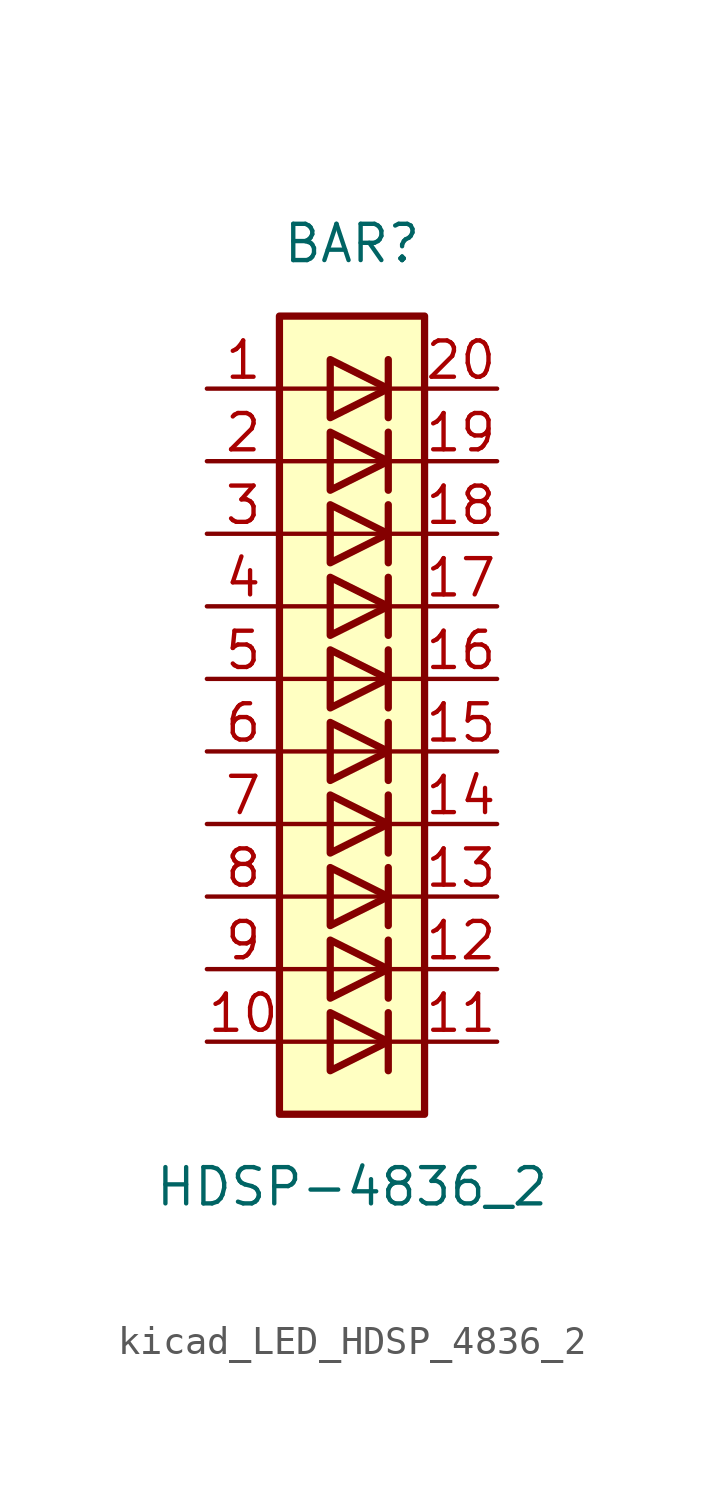
<source format=kicad_sym>
(kicad_symbol_lib
  (version 20220914)
  (generator kicad_symbol_editor)
  (symbol "kicad_LED_HDSP_4836_2"
    (pin_names
      (offset 1.016) hide)
    (property "Reference" "BAR"
      (at 0 15.24 0)
      (effects (font (size 1.27 1.27))))
    (property "Value" "HDSP-4836_2"
      (at 0 -17.78 0)
      (effects (font (size 1.27 1.27))))
    (symbol "kicad_LED_HDSP_4836_2_0_1"
      (rectangle (start -2.54 12.7) (end 2.54 -15.24) (stroke (width 0.254) (type default)) (fill (type background)))
      (polyline (pts (xy -2.54 -12.7) (xy 2.54 -12.7)) (stroke (width 0) (type default)) (fill (type none)))
      (polyline (pts (xy -2.54 -10.16) (xy 2.54 -10.16)) (stroke (width 0) (type default)) (fill (type none)))
      (polyline (pts (xy -2.54 -7.62) (xy 2.54 -7.62)) (stroke (width 0) (type default)) (fill (type none)))
      (polyline (pts (xy -2.54 -5.08) (xy 2.54 -5.08)) (stroke (width 0) (type default)) (fill (type none)))
      (polyline (pts (xy -2.54 0) (xy 2.54 0)) (stroke (width 0) (type default)) (fill (type none)))
      (polyline (pts (xy -2.54 5.08) (xy 2.54 5.08)) (stroke (width 0) (type default)) (fill (type none)))
      (polyline (pts (xy -2.54 7.62) (xy 2.54 7.62)) (stroke (width 0) (type default)) (fill (type none)))
      (polyline (pts (xy -2.54 10.16) (xy 2.54 10.16)) (stroke (width 0) (type default)) (fill (type none)))
      (polyline (pts (xy 1.27 -11.684) (xy 1.27 -13.716)) (stroke (width 0.254) (type default)) (fill (type none)))
      (polyline (pts (xy 1.27 -9.144) (xy 1.27 -11.176)) (stroke (width 0.254) (type default)) (fill (type none)))
      (polyline (pts (xy 1.27 -6.604) (xy 1.27 -8.636)) (stroke (width 0.254) (type default)) (fill (type none)))
      (polyline (pts (xy 1.27 -4.064) (xy 1.27 -6.096)) (stroke (width 0.254) (type default)) (fill (type none)))
      (polyline (pts (xy 1.27 -1.524) (xy 1.27 -3.556)) (stroke (width 0.254) (type default)) (fill (type none)))
      (polyline (pts (xy 1.27 1.016) (xy 1.27 -1.016)) (stroke (width 0.254) (type default)) (fill (type none)))
      (polyline (pts (xy 1.27 3.556) (xy 1.27 1.524)) (stroke (width 0.254) (type default)) (fill (type none)))
      (polyline (pts (xy 1.27 6.096) (xy 1.27 4.064)) (stroke (width 0.254) (type default)) (fill (type none)))
      (polyline (pts (xy 1.27 8.636) (xy 1.27 6.604)) (stroke (width 0.254) (type default)) (fill (type none)))
      (polyline (pts (xy 1.27 11.176) (xy 1.27 9.144)) (stroke (width 0.254) (type default)) (fill (type none)))
      (polyline (pts (xy 2.54 -2.54) (xy -2.54 -2.54)) (stroke (width 0) (type default)) (fill (type none)))
      (polyline (pts (xy 2.54 2.54) (xy -2.54 2.54)) (stroke (width 0) (type default)) (fill (type none)))
      (polyline (pts (xy -0.762 -11.684) (xy -0.762 -13.716) (xy 1.27 -12.7) (xy -0.762 -11.684)) (stroke (width 0.254) (type default)) (fill (type none)))
      (polyline (pts (xy -0.762 -9.144) (xy -0.762 -11.176) (xy 1.27 -10.16) (xy -0.762 -9.144)) (stroke (width 0.254) (type default)) (fill (type none)))
      (polyline (pts (xy -0.762 -6.604) (xy -0.762 -8.636) (xy 1.27 -7.62) (xy -0.762 -6.604)) (stroke (width 0.254) (type default)) (fill (type none)))
      (polyline (pts (xy -0.762 -4.064) (xy -0.762 -6.096) (xy 1.27 -5.08) (xy -0.762 -4.064)) (stroke (width 0.254) (type default)) (fill (type none)))
      (polyline (pts (xy -0.762 -1.524) (xy -0.762 -3.556) (xy 1.27 -2.54) (xy -0.762 -1.524)) (stroke (width 0.254) (type default)) (fill (type none)))
      (polyline (pts (xy -0.762 1.016) (xy -0.762 -1.016) (xy 1.27 0) (xy -0.762 1.016)) (stroke (width 0.254) (type default)) (fill (type none)))
      (polyline (pts (xy -0.762 3.556) (xy -0.762 1.524) (xy 1.27 2.54) (xy -0.762 3.556)) (stroke (width 0.254) (type default)) (fill (type none)))
      (polyline (pts (xy -0.762 6.096) (xy -0.762 4.064) (xy 1.27 5.08) (xy -0.762 6.096)) (stroke (width 0.254) (type default)) (fill (type none)))
      (polyline (pts (xy -0.762 8.636) (xy -0.762 6.604) (xy 1.27 7.62) (xy -0.762 8.636)) (stroke (width 0.254) (type default)) (fill (type none)))
      (polyline (pts (xy -0.762 11.176) (xy -0.762 9.144) (xy 1.27 10.16) (xy -0.762 11.176)) (stroke (width 0.254) (type default)) (fill (type none))))
    (symbol "kicad_LED_HDSP_4836_2_1_1"
      (pin passive line (at -5.08 10.16 0) (length 2.54) (name "A" (effects (font (size 1.27 1.27)))) (number "1" (effects (font (size 1.27 1.27)))))
      (pin passive line (at -5.08 -12.7 0) (length 2.54) (name "A" (effects (font (size 1.27 1.27)))) (number "10" (effects (font (size 1.27 1.27)))))
      (pin passive line (at 5.08 -12.7 180) (length 2.54) (name "K" (effects (font (size 1.27 1.27)))) (number "11" (effects (font (size 1.27 1.27)))))
      (pin passive line (at 5.08 -10.16 180) (length 2.54) (name "K" (effects (font (size 1.27 1.27)))) (number "12" (effects (font (size 1.27 1.27)))))
      (pin passive line (at 5.08 -7.62 180) (length 2.54) (name "K" (effects (font (size 1.27 1.27)))) (number "13" (effects (font (size 1.27 1.27)))))
      (pin passive line (at 5.08 -5.08 180) (length 2.54) (name "K" (effects (font (size 1.27 1.27)))) (number "14" (effects (font (size 1.27 1.27)))))
      (pin passive line (at 5.08 -2.54 180) (length 2.54) (name "K" (effects (font (size 1.27 1.27)))) (number "15" (effects (font (size 1.27 1.27)))))
      (pin passive line (at 5.08 0 180) (length 2.54) (name "K" (effects (font (size 1.27 1.27)))) (number "16" (effects (font (size 1.27 1.27)))))
      (pin passive line (at 5.08 2.54 180) (length 2.54) (name "K" (effects (font (size 1.27 1.27)))) (number "17" (effects (font (size 1.27 1.27)))))
      (pin passive line (at 5.08 5.08 180) (length 2.54) (name "K" (effects (font (size 1.27 1.27)))) (number "18" (effects (font (size 1.27 1.27)))))
      (pin passive line (at 5.08 7.62 180) (length 2.54) (name "K" (effects (font (size 1.27 1.27)))) (number "19" (effects (font (size 1.27 1.27)))))
      (pin passive line (at -5.08 7.62 0) (length 2.54) (name "A" (effects (font (size 1.27 1.27)))) (number "2" (effects (font (size 1.27 1.27)))))
      (pin passive line (at 5.08 10.16 180) (length 2.54) (name "K" (effects (font (size 1.27 1.27)))) (number "20" (effects (font (size 1.27 1.27)))))
      (pin passive line (at -5.08 5.08 0) (length 2.54) (name "A" (effects (font (size 1.27 1.27)))) (number "3" (effects (font (size 1.27 1.27)))))
      (pin passive line (at -5.08 2.54 0) (length 2.54) (name "A" (effects (font (size 1.27 1.27)))) (number "4" (effects (font (size 1.27 1.27)))))
      (pin passive line (at -5.08 0 0) (length 2.54) (name "A" (effects (font (size 1.27 1.27)))) (number "5" (effects (font (size 1.27 1.27)))))
      (pin passive line (at -5.08 -2.54 0) (length 2.54) (name "A" (effects (font (size 1.27 1.27)))) (number "6" (effects (font (size 1.27 1.27)))))
      (pin passive line (at -5.08 -5.08 0) (length 2.54) (name "A" (effects (font (size 1.27 1.27)))) (number "7" (effects (font (size 1.27 1.27)))))
      (pin passive line (at -5.08 -7.62 0) (length 2.54) (name "A" (effects (font (size 1.27 1.27)))) (number "8" (effects (font (size 1.27 1.27)))))
      (pin passive line (at -5.08 -10.16 0) (length 2.54) (name "A" (effects (font (size 1.27 1.27)))) (number "9" (effects (font (size 1.27 1.27))))))))
</source>
